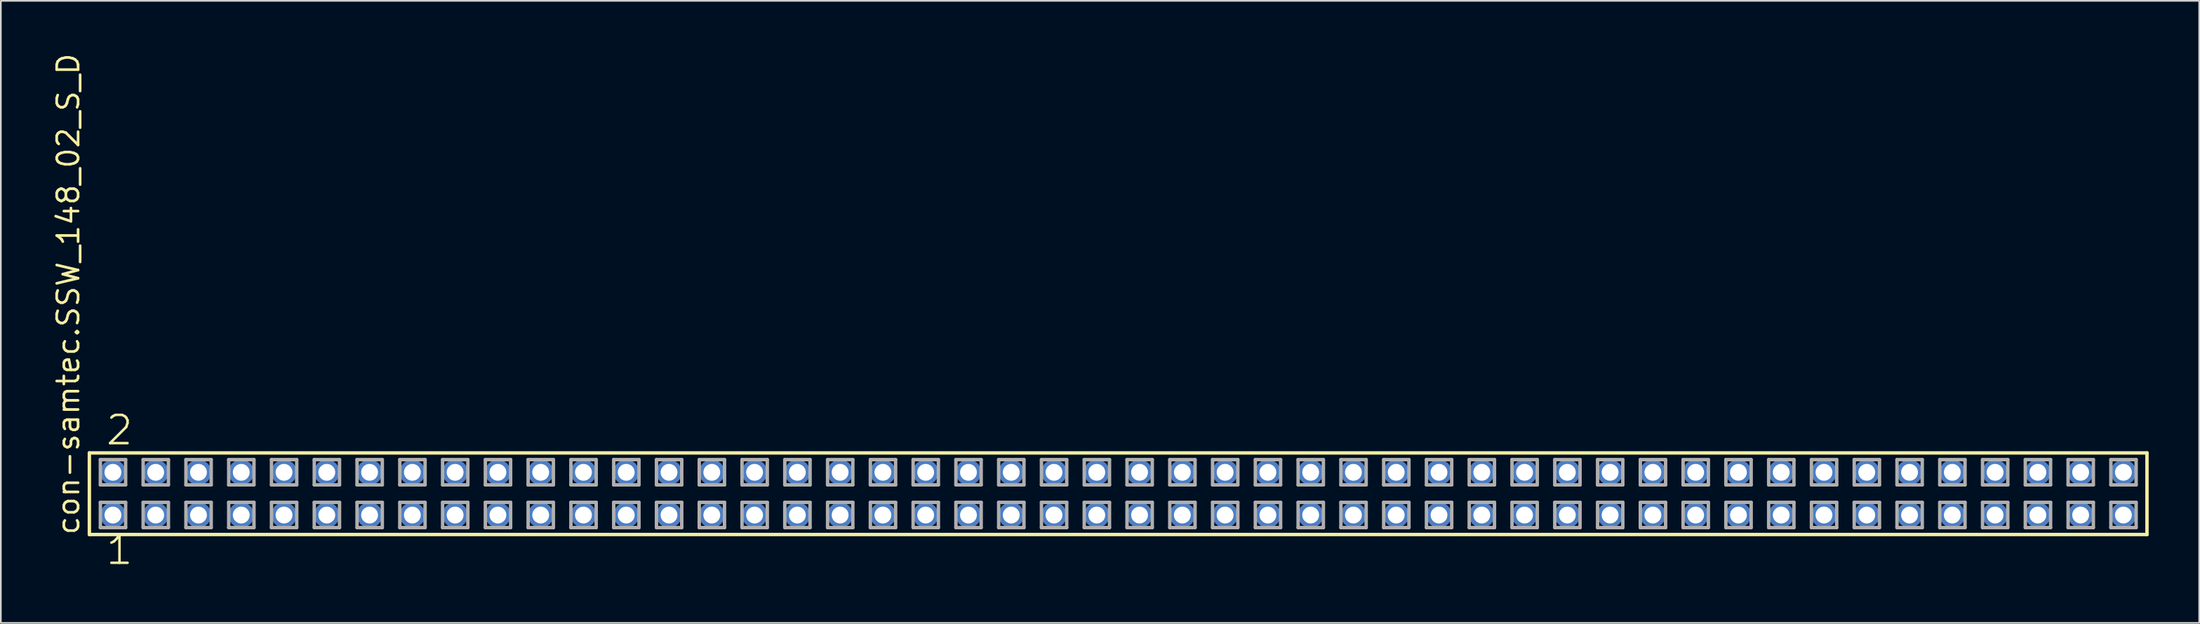
<source format=kicad_pcb>
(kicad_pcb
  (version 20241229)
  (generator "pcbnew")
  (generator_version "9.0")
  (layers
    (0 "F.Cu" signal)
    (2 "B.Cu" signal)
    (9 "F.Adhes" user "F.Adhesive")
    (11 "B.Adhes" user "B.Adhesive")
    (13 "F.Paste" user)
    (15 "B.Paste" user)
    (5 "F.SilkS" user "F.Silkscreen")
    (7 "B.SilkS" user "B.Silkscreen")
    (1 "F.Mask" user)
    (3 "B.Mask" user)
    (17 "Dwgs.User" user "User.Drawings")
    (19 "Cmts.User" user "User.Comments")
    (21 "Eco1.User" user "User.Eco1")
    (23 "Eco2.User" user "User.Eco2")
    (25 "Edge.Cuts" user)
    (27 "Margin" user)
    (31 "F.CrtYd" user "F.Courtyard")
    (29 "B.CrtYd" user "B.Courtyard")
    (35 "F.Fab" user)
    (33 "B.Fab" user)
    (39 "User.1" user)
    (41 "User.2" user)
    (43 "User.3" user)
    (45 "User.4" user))
  (footprint "con-samtec.SSW_148_02_S_D"
    (layer "F.Cu")
    (at 63.345 26.291)
    (property "Reference" "con-samtec.SSW_148_02_S_D" (at -61.595 2.54 90) (layer "F.SilkS") (effects (font (size 1.27 1.27) (thickness 0.16)) (justify left bottom)))
    (attr through_hole)
    (fp_line (start -61.089 -2.425) (end 61.089 -2.425) (stroke (width 0.203) (type default)) (layer "F.SilkS"))
    (fp_line (start -61.089 2.425) (end -61.089 -2.425) (stroke (width 0.203) (type default)) (layer "F.SilkS"))
    (fp_line (start 61.089 -2.425) (end 61.089 2.425) (stroke (width 0.203) (type default)) (layer "F.SilkS"))
    (fp_line (start 61.089 2.425) (end -61.089 2.425) (stroke (width 0.203) (type default)) (layer "F.SilkS"))
    (fp_line (start -60.435 -2.025) (end -58.935 -2.025) (stroke (width 0.203) (type default)) (layer "F.Fab"))
    (fp_line (start -60.435 -0.525) (end -60.435 -2.025) (stroke (width 0.203) (type default)) (layer "F.Fab"))
    (fp_line (start -60.435 0.515) (end -58.935 0.515) (stroke (width 0.203) (type default)) (layer "F.Fab"))
    (fp_line (start -60.435 2.015) (end -60.435 0.515) (stroke (width 0.203) (type default)) (layer "F.Fab"))
    (fp_line (start -58.935 -2.025) (end -58.935 -0.525) (stroke (width 0.203) (type default)) (layer "F.Fab"))
    (fp_line (start -58.935 -0.525) (end -60.435 -0.525) (stroke (width 0.203) (type default)) (layer "F.Fab"))
    (fp_line (start -58.935 0.515) (end -58.935 2.015) (stroke (width 0.203) (type default)) (layer "F.Fab"))
    (fp_line (start -58.935 2.015) (end -60.435 2.015) (stroke (width 0.203) (type default)) (layer "F.Fab"))
    (fp_line (start -57.895 -2.025) (end -56.395 -2.025) (stroke (width 0.203) (type default)) (layer "F.Fab"))
    (fp_line (start -57.895 -0.525) (end -57.895 -2.025) (stroke (width 0.203) (type default)) (layer "F.Fab"))
    (fp_line (start -57.895 0.515) (end -56.395 0.515) (stroke (width 0.203) (type default)) (layer "F.Fab"))
    (fp_line (start -57.895 2.015) (end -57.895 0.515) (stroke (width 0.203) (type default)) (layer "F.Fab"))
    (fp_line (start -56.395 -2.025) (end -56.395 -0.525) (stroke (width 0.203) (type default)) (layer "F.Fab"))
    (fp_line (start -56.395 -0.525) (end -57.895 -0.525) (stroke (width 0.203) (type default)) (layer "F.Fab"))
    (fp_line (start -56.395 0.515) (end -56.395 2.015) (stroke (width 0.203) (type default)) (layer "F.Fab"))
    (fp_line (start -56.395 2.015) (end -57.895 2.015) (stroke (width 0.203) (type default)) (layer "F.Fab"))
    (fp_line (start -55.355 -2.025) (end -53.855 -2.025) (stroke (width 0.203) (type default)) (layer "F.Fab"))
    (fp_line (start -55.355 -0.525) (end -55.355 -2.025) (stroke (width 0.203) (type default)) (layer "F.Fab"))
    (fp_line (start -55.355 0.515) (end -53.855 0.515) (stroke (width 0.203) (type default)) (layer "F.Fab"))
    (fp_line (start -55.355 2.015) (end -55.355 0.515) (stroke (width 0.203) (type default)) (layer "F.Fab"))
    (fp_line (start -53.855 -2.025) (end -53.855 -0.525) (stroke (width 0.203) (type default)) (layer "F.Fab"))
    (fp_line (start -53.855 -0.525) (end -55.355 -0.525) (stroke (width 0.203) (type default)) (layer "F.Fab"))
    (fp_line (start -53.855 0.515) (end -53.855 2.015) (stroke (width 0.203) (type default)) (layer "F.Fab"))
    (fp_line (start -53.855 2.015) (end -55.355 2.015) (stroke (width 0.203) (type default)) (layer "F.Fab"))
    (fp_line (start -52.815 -2.025) (end -51.315 -2.025) (stroke (width 0.203) (type default)) (layer "F.Fab"))
    (fp_line (start -52.815 -0.525) (end -52.815 -2.025) (stroke (width 0.203) (type default)) (layer "F.Fab"))
    (fp_line (start -52.815 0.515) (end -51.315 0.515) (stroke (width 0.203) (type default)) (layer "F.Fab"))
    (fp_line (start -52.815 2.015) (end -52.815 0.515) (stroke (width 0.203) (type default)) (layer "F.Fab"))
    (fp_line (start -51.315 -2.025) (end -51.315 -0.525) (stroke (width 0.203) (type default)) (layer "F.Fab"))
    (fp_line (start -51.315 -0.525) (end -52.815 -0.525) (stroke (width 0.203) (type default)) (layer "F.Fab"))
    (fp_line (start -51.315 0.515) (end -51.315 2.015) (stroke (width 0.203) (type default)) (layer "F.Fab"))
    (fp_line (start -51.315 2.015) (end -52.815 2.015) (stroke (width 0.203) (type default)) (layer "F.Fab"))
    (fp_line (start -50.275 -2.025) (end -48.775 -2.025) (stroke (width 0.203) (type default)) (layer "F.Fab"))
    (fp_line (start -50.275 -0.525) (end -50.275 -2.025) (stroke (width 0.203) (type default)) (layer "F.Fab"))
    (fp_line (start -50.275 0.515) (end -48.775 0.515) (stroke (width 0.203) (type default)) (layer "F.Fab"))
    (fp_line (start -50.275 2.015) (end -50.275 0.515) (stroke (width 0.203) (type default)) (layer "F.Fab"))
    (fp_line (start -48.775 -2.025) (end -48.775 -0.525) (stroke (width 0.203) (type default)) (layer "F.Fab"))
    (fp_line (start -48.775 -0.525) (end -50.275 -0.525) (stroke (width 0.203) (type default)) (layer "F.Fab"))
    (fp_line (start -48.775 0.515) (end -48.775 2.015) (stroke (width 0.203) (type default)) (layer "F.Fab"))
    (fp_line (start -48.775 2.015) (end -50.275 2.015) (stroke (width 0.203) (type default)) (layer "F.Fab"))
    (fp_line (start -47.735 -2.025) (end -46.235 -2.025) (stroke (width 0.203) (type default)) (layer "F.Fab"))
    (fp_line (start -47.735 -0.525) (end -47.735 -2.025) (stroke (width 0.203) (type default)) (layer "F.Fab"))
    (fp_line (start -47.735 0.515) (end -46.235 0.515) (stroke (width 0.203) (type default)) (layer "F.Fab"))
    (fp_line (start -47.735 2.015) (end -47.735 0.515) (stroke (width 0.203) (type default)) (layer "F.Fab"))
    (fp_line (start -46.235 -2.025) (end -46.235 -0.525) (stroke (width 0.203) (type default)) (layer "F.Fab"))
    (fp_line (start -46.235 -0.525) (end -47.735 -0.525) (stroke (width 0.203) (type default)) (layer "F.Fab"))
    (fp_line (start -46.235 0.515) (end -46.235 2.015) (stroke (width 0.203) (type default)) (layer "F.Fab"))
    (fp_line (start -46.235 2.015) (end -47.735 2.015) (stroke (width 0.203) (type default)) (layer "F.Fab"))
    (fp_line (start -45.195 -2.025) (end -43.695 -2.025) (stroke (width 0.203) (type default)) (layer "F.Fab"))
    (fp_line (start -45.195 -0.525) (end -45.195 -2.025) (stroke (width 0.203) (type default)) (layer "F.Fab"))
    (fp_line (start -45.195 0.515) (end -43.695 0.515) (stroke (width 0.203) (type default)) (layer "F.Fab"))
    (fp_line (start -45.195 2.015) (end -45.195 0.515) (stroke (width 0.203) (type default)) (layer "F.Fab"))
    (fp_line (start -43.695 -2.025) (end -43.695 -0.525) (stroke (width 0.203) (type default)) (layer "F.Fab"))
    (fp_line (start -43.695 -0.525) (end -45.195 -0.525) (stroke (width 0.203) (type default)) (layer "F.Fab"))
    (fp_line (start -43.695 0.515) (end -43.695 2.015) (stroke (width 0.203) (type default)) (layer "F.Fab"))
    (fp_line (start -43.695 2.015) (end -45.195 2.015) (stroke (width 0.203) (type default)) (layer "F.Fab"))
    (fp_line (start -42.655 -2.025) (end -41.155 -2.025) (stroke (width 0.203) (type default)) (layer "F.Fab"))
    (fp_line (start -42.655 -0.525) (end -42.655 -2.025) (stroke (width 0.203) (type default)) (layer "F.Fab"))
    (fp_line (start -42.655 0.515) (end -41.155 0.515) (stroke (width 0.203) (type default)) (layer "F.Fab"))
    (fp_line (start -42.655 2.015) (end -42.655 0.515) (stroke (width 0.203) (type default)) (layer "F.Fab"))
    (fp_line (start -41.155 -2.025) (end -41.155 -0.525) (stroke (width 0.203) (type default)) (layer "F.Fab"))
    (fp_line (start -41.155 -0.525) (end -42.655 -0.525) (stroke (width 0.203) (type default)) (layer "F.Fab"))
    (fp_line (start -41.155 0.515) (end -41.155 2.015) (stroke (width 0.203) (type default)) (layer "F.Fab"))
    (fp_line (start -41.155 2.015) (end -42.655 2.015) (stroke (width 0.203) (type default)) (layer "F.Fab"))
    (fp_line (start -40.115 -2.025) (end -38.615 -2.025) (stroke (width 0.203) (type default)) (layer "F.Fab"))
    (fp_line (start -40.115 -0.525) (end -40.115 -2.025) (stroke (width 0.203) (type default)) (layer "F.Fab"))
    (fp_line (start -40.115 0.515) (end -38.615 0.515) (stroke (width 0.203) (type default)) (layer "F.Fab"))
    (fp_line (start -40.115 2.015) (end -40.115 0.515) (stroke (width 0.203) (type default)) (layer "F.Fab"))
    (fp_line (start -38.615 -2.025) (end -38.615 -0.525) (stroke (width 0.203) (type default)) (layer "F.Fab"))
    (fp_line (start -38.615 -0.525) (end -40.115 -0.525) (stroke (width 0.203) (type default)) (layer "F.Fab"))
    (fp_line (start -38.615 0.515) (end -38.615 2.015) (stroke (width 0.203) (type default)) (layer "F.Fab"))
    (fp_line (start -38.615 2.015) (end -40.115 2.015) (stroke (width 0.203) (type default)) (layer "F.Fab"))
    (fp_line (start -37.575 -2.025) (end -36.075 -2.025) (stroke (width 0.203) (type default)) (layer "F.Fab"))
    (fp_line (start -37.575 -0.525) (end -37.575 -2.025) (stroke (width 0.203) (type default)) (layer "F.Fab"))
    (fp_line (start -37.575 0.515) (end -36.075 0.515) (stroke (width 0.203) (type default)) (layer "F.Fab"))
    (fp_line (start -37.575 2.015) (end -37.575 0.515) (stroke (width 0.203) (type default)) (layer "F.Fab"))
    (fp_line (start -36.075 -2.025) (end -36.075 -0.525) (stroke (width 0.203) (type default)) (layer "F.Fab"))
    (fp_line (start -36.075 -0.525) (end -37.575 -0.525) (stroke (width 0.203) (type default)) (layer "F.Fab"))
    (fp_line (start -36.075 0.515) (end -36.075 2.015) (stroke (width 0.203) (type default)) (layer "F.Fab"))
    (fp_line (start -36.075 2.015) (end -37.575 2.015) (stroke (width 0.203) (type default)) (layer "F.Fab"))
    (fp_line (start -35.035 -2.025) (end -33.535 -2.025) (stroke (width 0.203) (type default)) (layer "F.Fab"))
    (fp_line (start -35.035 -0.525) (end -35.035 -2.025) (stroke (width 0.203) (type default)) (layer "F.Fab"))
    (fp_line (start -35.035 0.515) (end -33.535 0.515) (stroke (width 0.203) (type default)) (layer "F.Fab"))
    (fp_line (start -35.035 2.015) (end -35.035 0.515) (stroke (width 0.203) (type default)) (layer "F.Fab"))
    (fp_line (start -33.535 -2.025) (end -33.535 -0.525) (stroke (width 0.203) (type default)) (layer "F.Fab"))
    (fp_line (start -33.535 -0.525) (end -35.035 -0.525) (stroke (width 0.203) (type default)) (layer "F.Fab"))
    (fp_line (start -33.535 0.515) (end -33.535 2.015) (stroke (width 0.203) (type default)) (layer "F.Fab"))
    (fp_line (start -33.535 2.015) (end -35.035 2.015) (stroke (width 0.203) (type default)) (layer "F.Fab"))
    (fp_line (start -32.495 -2.025) (end -30.995 -2.025) (stroke (width 0.203) (type default)) (layer "F.Fab"))
    (fp_line (start -32.495 -0.525) (end -32.495 -2.025) (stroke (width 0.203) (type default)) (layer "F.Fab"))
    (fp_line (start -32.495 0.515) (end -30.995 0.515) (stroke (width 0.203) (type default)) (layer "F.Fab"))
    (fp_line (start -32.495 2.015) (end -32.495 0.515) (stroke (width 0.203) (type default)) (layer "F.Fab"))
    (fp_line (start -30.995 -2.025) (end -30.995 -0.525) (stroke (width 0.203) (type default)) (layer "F.Fab"))
    (fp_line (start -30.995 -0.525) (end -32.495 -0.525) (stroke (width 0.203) (type default)) (layer "F.Fab"))
    (fp_line (start -30.995 0.515) (end -30.995 2.015) (stroke (width 0.203) (type default)) (layer "F.Fab"))
    (fp_line (start -30.995 2.015) (end -32.495 2.015) (stroke (width 0.203) (type default)) (layer "F.Fab"))
    (fp_line (start -29.955 -2.025) (end -28.455 -2.025) (stroke (width 0.203) (type default)) (layer "F.Fab"))
    (fp_line (start -29.955 -0.525) (end -29.955 -2.025) (stroke (width 0.203) (type default)) (layer "F.Fab"))
    (fp_line (start -29.955 0.515) (end -28.455 0.515) (stroke (width 0.203) (type default)) (layer "F.Fab"))
    (fp_line (start -29.955 2.015) (end -29.955 0.515) (stroke (width 0.203) (type default)) (layer "F.Fab"))
    (fp_line (start -28.455 -2.025) (end -28.455 -0.525) (stroke (width 0.203) (type default)) (layer "F.Fab"))
    (fp_line (start -28.455 -0.525) (end -29.955 -0.525) (stroke (width 0.203) (type default)) (layer "F.Fab"))
    (fp_line (start -28.455 0.515) (end -28.455 2.015) (stroke (width 0.203) (type default)) (layer "F.Fab"))
    (fp_line (start -28.455 2.015) (end -29.955 2.015) (stroke (width 0.203) (type default)) (layer "F.Fab"))
    (fp_line (start -27.415 -2.025) (end -25.915 -2.025) (stroke (width 0.203) (type default)) (layer "F.Fab"))
    (fp_line (start -27.415 -0.525) (end -27.415 -2.025) (stroke (width 0.203) (type default)) (layer "F.Fab"))
    (fp_line (start -27.415 0.515) (end -25.915 0.515) (stroke (width 0.203) (type default)) (layer "F.Fab"))
    (fp_line (start -27.415 2.015) (end -27.415 0.515) (stroke (width 0.203) (type default)) (layer "F.Fab"))
    (fp_line (start -25.915 -2.025) (end -25.915 -0.525) (stroke (width 0.203) (type default)) (layer "F.Fab"))
    (fp_line (start -25.915 -0.525) (end -27.415 -0.525) (stroke (width 0.203) (type default)) (layer "F.Fab"))
    (fp_line (start -25.915 0.515) (end -25.915 2.015) (stroke (width 0.203) (type default)) (layer "F.Fab"))
    (fp_line (start -25.915 2.015) (end -27.415 2.015) (stroke (width 0.203) (type default)) (layer "F.Fab"))
    (fp_line (start -24.875 -2.025) (end -23.375 -2.025) (stroke (width 0.203) (type default)) (layer "F.Fab"))
    (fp_line (start -24.875 -0.525) (end -24.875 -2.025) (stroke (width 0.203) (type default)) (layer "F.Fab"))
    (fp_line (start -24.875 0.515) (end -23.375 0.515) (stroke (width 0.203) (type default)) (layer "F.Fab"))
    (fp_line (start -24.875 2.015) (end -24.875 0.515) (stroke (width 0.203) (type default)) (layer "F.Fab"))
    (fp_line (start -23.375 -2.025) (end -23.375 -0.525) (stroke (width 0.203) (type default)) (layer "F.Fab"))
    (fp_line (start -23.375 -0.525) (end -24.875 -0.525) (stroke (width 0.203) (type default)) (layer "F.Fab"))
    (fp_line (start -23.375 0.515) (end -23.375 2.015) (stroke (width 0.203) (type default)) (layer "F.Fab"))
    (fp_line (start -23.375 2.015) (end -24.875 2.015) (stroke (width 0.203) (type default)) (layer "F.Fab"))
    (fp_line (start -22.335 -2.025) (end -20.835 -2.025) (stroke (width 0.203) (type default)) (layer "F.Fab"))
    (fp_line (start -22.335 -0.525) (end -22.335 -2.025) (stroke (width 0.203) (type default)) (layer "F.Fab"))
    (fp_line (start -22.335 0.515) (end -20.835 0.515) (stroke (width 0.203) (type default)) (layer "F.Fab"))
    (fp_line (start -22.335 2.015) (end -22.335 0.515) (stroke (width 0.203) (type default)) (layer "F.Fab"))
    (fp_line (start -20.835 -2.025) (end -20.835 -0.525) (stroke (width 0.203) (type default)) (layer "F.Fab"))
    (fp_line (start -20.835 -0.525) (end -22.335 -0.525) (stroke (width 0.203) (type default)) (layer "F.Fab"))
    (fp_line (start -20.835 0.515) (end -20.835 2.015) (stroke (width 0.203) (type default)) (layer "F.Fab"))
    (fp_line (start -20.835 2.015) (end -22.335 2.015) (stroke (width 0.203) (type default)) (layer "F.Fab"))
    (fp_line (start -19.795 -2.025) (end -18.295 -2.025) (stroke (width 0.203) (type default)) (layer "F.Fab"))
    (fp_line (start -19.795 -0.525) (end -19.795 -2.025) (stroke (width 0.203) (type default)) (layer "F.Fab"))
    (fp_line (start -19.795 0.515) (end -18.295 0.515) (stroke (width 0.203) (type default)) (layer "F.Fab"))
    (fp_line (start -19.795 2.015) (end -19.795 0.515) (stroke (width 0.203) (type default)) (layer "F.Fab"))
    (fp_line (start -18.295 -2.025) (end -18.295 -0.525) (stroke (width 0.203) (type default)) (layer "F.Fab"))
    (fp_line (start -18.295 -0.525) (end -19.795 -0.525) (stroke (width 0.203) (type default)) (layer "F.Fab"))
    (fp_line (start -18.295 0.515) (end -18.295 2.015) (stroke (width 0.203) (type default)) (layer "F.Fab"))
    (fp_line (start -18.295 2.015) (end -19.795 2.015) (stroke (width 0.203) (type default)) (layer "F.Fab"))
    (fp_line (start -17.255 -2.025) (end -15.755 -2.025) (stroke (width 0.203) (type default)) (layer "F.Fab"))
    (fp_line (start -17.255 -0.525) (end -17.255 -2.025) (stroke (width 0.203) (type default)) (layer "F.Fab"))
    (fp_line (start -17.255 0.515) (end -15.755 0.515) (stroke (width 0.203) (type default)) (layer "F.Fab"))
    (fp_line (start -17.255 2.015) (end -17.255 0.515) (stroke (width 0.203) (type default)) (layer "F.Fab"))
    (fp_line (start -15.755 -2.025) (end -15.755 -0.525) (stroke (width 0.203) (type default)) (layer "F.Fab"))
    (fp_line (start -15.755 -0.525) (end -17.255 -0.525) (stroke (width 0.203) (type default)) (layer "F.Fab"))
    (fp_line (start -15.755 0.515) (end -15.755 2.015) (stroke (width 0.203) (type default)) (layer "F.Fab"))
    (fp_line (start -15.755 2.015) (end -17.255 2.015) (stroke (width 0.203) (type default)) (layer "F.Fab"))
    (fp_line (start -14.715 -2.025) (end -13.215 -2.025) (stroke (width 0.203) (type default)) (layer "F.Fab"))
    (fp_line (start -14.715 -0.525) (end -14.715 -2.025) (stroke (width 0.203) (type default)) (layer "F.Fab"))
    (fp_line (start -14.715 0.515) (end -13.215 0.515) (stroke (width 0.203) (type default)) (layer "F.Fab"))
    (fp_line (start -14.715 2.015) (end -14.715 0.515) (stroke (width 0.203) (type default)) (layer "F.Fab"))
    (fp_line (start -13.215 -2.025) (end -13.215 -0.525) (stroke (width 0.203) (type default)) (layer "F.Fab"))
    (fp_line (start -13.215 -0.525) (end -14.715 -0.525) (stroke (width 0.203) (type default)) (layer "F.Fab"))
    (fp_line (start -13.215 0.515) (end -13.215 2.015) (stroke (width 0.203) (type default)) (layer "F.Fab"))
    (fp_line (start -13.215 2.015) (end -14.715 2.015) (stroke (width 0.203) (type default)) (layer "F.Fab"))
    (fp_line (start -12.175 -2.025) (end -10.675 -2.025) (stroke (width 0.203) (type default)) (layer "F.Fab"))
    (fp_line (start -12.175 -0.525) (end -12.175 -2.025) (stroke (width 0.203) (type default)) (layer "F.Fab"))
    (fp_line (start -12.175 0.515) (end -10.675 0.515) (stroke (width 0.203) (type default)) (layer "F.Fab"))
    (fp_line (start -12.175 2.015) (end -12.175 0.515) (stroke (width 0.203) (type default)) (layer "F.Fab"))
    (fp_line (start -10.675 -2.025) (end -10.675 -0.525) (stroke (width 0.203) (type default)) (layer "F.Fab"))
    (fp_line (start -10.675 -0.525) (end -12.175 -0.525) (stroke (width 0.203) (type default)) (layer "F.Fab"))
    (fp_line (start -10.675 0.515) (end -10.675 2.015) (stroke (width 0.203) (type default)) (layer "F.Fab"))
    (fp_line (start -10.675 2.015) (end -12.175 2.015) (stroke (width 0.203) (type default)) (layer "F.Fab"))
    (fp_line (start -9.635 -2.025) (end -8.135 -2.025) (stroke (width 0.203) (type default)) (layer "F.Fab"))
    (fp_line (start -9.635 -0.525) (end -9.635 -2.025) (stroke (width 0.203) (type default)) (layer "F.Fab"))
    (fp_line (start -9.635 0.515) (end -8.135 0.515) (stroke (width 0.203) (type default)) (layer "F.Fab"))
    (fp_line (start -9.635 2.015) (end -9.635 0.515) (stroke (width 0.203) (type default)) (layer "F.Fab"))
    (fp_line (start -8.135 -2.025) (end -8.135 -0.525) (stroke (width 0.203) (type default)) (layer "F.Fab"))
    (fp_line (start -8.135 -0.525) (end -9.635 -0.525) (stroke (width 0.203) (type default)) (layer "F.Fab"))
    (fp_line (start -8.135 0.515) (end -8.135 2.015) (stroke (width 0.203) (type default)) (layer "F.Fab"))
    (fp_line (start -8.135 2.015) (end -9.635 2.015) (stroke (width 0.203) (type default)) (layer "F.Fab"))
    (fp_line (start -7.095 -2.025) (end -5.595 -2.025) (stroke (width 0.203) (type default)) (layer "F.Fab"))
    (fp_line (start -7.095 -0.525) (end -7.095 -2.025) (stroke (width 0.203) (type default)) (layer "F.Fab"))
    (fp_line (start -7.095 0.515) (end -5.595 0.515) (stroke (width 0.203) (type default)) (layer "F.Fab"))
    (fp_line (start -7.095 2.015) (end -7.095 0.515) (stroke (width 0.203) (type default)) (layer "F.Fab"))
    (fp_line (start -5.595 -2.025) (end -5.595 -0.525) (stroke (width 0.203) (type default)) (layer "F.Fab"))
    (fp_line (start -5.595 -0.525) (end -7.095 -0.525) (stroke (width 0.203) (type default)) (layer "F.Fab"))
    (fp_line (start -5.595 0.515) (end -5.595 2.015) (stroke (width 0.203) (type default)) (layer "F.Fab"))
    (fp_line (start -5.595 2.015) (end -7.095 2.015) (stroke (width 0.203) (type default)) (layer "F.Fab"))
    (fp_line (start -4.555 -2.025) (end -3.055 -2.025) (stroke (width 0.203) (type default)) (layer "F.Fab"))
    (fp_line (start -4.555 -0.525) (end -4.555 -2.025) (stroke (width 0.203) (type default)) (layer "F.Fab"))
    (fp_line (start -4.555 0.515) (end -3.055 0.515) (stroke (width 0.203) (type default)) (layer "F.Fab"))
    (fp_line (start -4.555 2.015) (end -4.555 0.515) (stroke (width 0.203) (type default)) (layer "F.Fab"))
    (fp_line (start -3.055 -2.025) (end -3.055 -0.525) (stroke (width 0.203) (type default)) (layer "F.Fab"))
    (fp_line (start -3.055 -0.525) (end -4.555 -0.525) (stroke (width 0.203) (type default)) (layer "F.Fab"))
    (fp_line (start -3.055 0.515) (end -3.055 2.015) (stroke (width 0.203) (type default)) (layer "F.Fab"))
    (fp_line (start -3.055 2.015) (end -4.555 2.015) (stroke (width 0.203) (type default)) (layer "F.Fab"))
    (fp_line (start -2.015 -2.025) (end -0.515 -2.025) (stroke (width 0.203) (type default)) (layer "F.Fab"))
    (fp_line (start -2.015 -0.525) (end -2.015 -2.025) (stroke (width 0.203) (type default)) (layer "F.Fab"))
    (fp_line (start -2.015 0.515) (end -0.515 0.515) (stroke (width 0.203) (type default)) (layer "F.Fab"))
    (fp_line (start -2.015 2.015) (end -2.015 0.515) (stroke (width 0.203) (type default)) (layer "F.Fab"))
    (fp_line (start -0.515 -2.025) (end -0.515 -0.525) (stroke (width 0.203) (type default)) (layer "F.Fab"))
    (fp_line (start -0.515 -0.525) (end -2.015 -0.525) (stroke (width 0.203) (type default)) (layer "F.Fab"))
    (fp_line (start -0.515 0.515) (end -0.515 2.015) (stroke (width 0.203) (type default)) (layer "F.Fab"))
    (fp_line (start -0.515 2.015) (end -2.015 2.015) (stroke (width 0.203) (type default)) (layer "F.Fab"))
    (fp_line (start 0.525 -2.025) (end 2.025 -2.025) (stroke (width 0.203) (type default)) (layer "F.Fab"))
    (fp_line (start 0.525 -0.525) (end 0.525 -2.025) (stroke (width 0.203) (type default)) (layer "F.Fab"))
    (fp_line (start 0.525 0.515) (end 2.025 0.515) (stroke (width 0.203) (type default)) (layer "F.Fab"))
    (fp_line (start 0.525 2.015) (end 0.525 0.515) (stroke (width 0.203) (type default)) (layer "F.Fab"))
    (fp_line (start 2.025 -2.025) (end 2.025 -0.525) (stroke (width 0.203) (type default)) (layer "F.Fab"))
    (fp_line (start 2.025 -0.525) (end 0.525 -0.525) (stroke (width 0.203) (type default)) (layer "F.Fab"))
    (fp_line (start 2.025 0.515) (end 2.025 2.015) (stroke (width 0.203) (type default)) (layer "F.Fab"))
    (fp_line (start 2.025 2.015) (end 0.525 2.015) (stroke (width 0.203) (type default)) (layer "F.Fab"))
    (fp_line (start 3.065 -2.025) (end 4.565 -2.025) (stroke (width 0.203) (type default)) (layer "F.Fab"))
    (fp_line (start 3.065 -0.525) (end 3.065 -2.025) (stroke (width 0.203) (type default)) (layer "F.Fab"))
    (fp_line (start 3.065 0.515) (end 4.565 0.515) (stroke (width 0.203) (type default)) (layer "F.Fab"))
    (fp_line (start 3.065 2.015) (end 3.065 0.515) (stroke (width 0.203) (type default)) (layer "F.Fab"))
    (fp_line (start 4.565 -2.025) (end 4.565 -0.525) (stroke (width 0.203) (type default)) (layer "F.Fab"))
    (fp_line (start 4.565 -0.525) (end 3.065 -0.525) (stroke (width 0.203) (type default)) (layer "F.Fab"))
    (fp_line (start 4.565 0.515) (end 4.565 2.015) (stroke (width 0.203) (type default)) (layer "F.Fab"))
    (fp_line (start 4.565 2.015) (end 3.065 2.015) (stroke (width 0.203) (type default)) (layer "F.Fab"))
    (fp_line (start 5.605 -2.025) (end 7.105 -2.025) (stroke (width 0.203) (type default)) (layer "F.Fab"))
    (fp_line (start 5.605 -0.525) (end 5.605 -2.025) (stroke (width 0.203) (type default)) (layer "F.Fab"))
    (fp_line (start 5.605 0.515) (end 7.105 0.515) (stroke (width 0.203) (type default)) (layer "F.Fab"))
    (fp_line (start 5.605 2.015) (end 5.605 0.515) (stroke (width 0.203) (type default)) (layer "F.Fab"))
    (fp_line (start 7.105 -2.025) (end 7.105 -0.525) (stroke (width 0.203) (type default)) (layer "F.Fab"))
    (fp_line (start 7.105 -0.525) (end 5.605 -0.525) (stroke (width 0.203) (type default)) (layer "F.Fab"))
    (fp_line (start 7.105 0.515) (end 7.105 2.015) (stroke (width 0.203) (type default)) (layer "F.Fab"))
    (fp_line (start 7.105 2.015) (end 5.605 2.015) (stroke (width 0.203) (type default)) (layer "F.Fab"))
    (fp_line (start 8.145 -2.025) (end 9.645 -2.025) (stroke (width 0.203) (type default)) (layer "F.Fab"))
    (fp_line (start 8.145 -0.525) (end 8.145 -2.025) (stroke (width 0.203) (type default)) (layer "F.Fab"))
    (fp_line (start 8.145 0.515) (end 9.645 0.515) (stroke (width 0.203) (type default)) (layer "F.Fab"))
    (fp_line (start 8.145 2.015) (end 8.145 0.515) (stroke (width 0.203) (type default)) (layer "F.Fab"))
    (fp_line (start 9.645 -2.025) (end 9.645 -0.525) (stroke (width 0.203) (type default)) (layer "F.Fab"))
    (fp_line (start 9.645 -0.525) (end 8.145 -0.525) (stroke (width 0.203) (type default)) (layer "F.Fab"))
    (fp_line (start 9.645 0.515) (end 9.645 2.015) (stroke (width 0.203) (type default)) (layer "F.Fab"))
    (fp_line (start 9.645 2.015) (end 8.145 2.015) (stroke (width 0.203) (type default)) (layer "F.Fab"))
    (fp_line (start 10.685 -2.025) (end 12.185 -2.025) (stroke (width 0.203) (type default)) (layer "F.Fab"))
    (fp_line (start 10.685 -0.525) (end 10.685 -2.025) (stroke (width 0.203) (type default)) (layer "F.Fab"))
    (fp_line (start 10.685 0.515) (end 12.185 0.515) (stroke (width 0.203) (type default)) (layer "F.Fab"))
    (fp_line (start 10.685 2.015) (end 10.685 0.515) (stroke (width 0.203) (type default)) (layer "F.Fab"))
    (fp_line (start 12.185 -2.025) (end 12.185 -0.525) (stroke (width 0.203) (type default)) (layer "F.Fab"))
    (fp_line (start 12.185 -0.525) (end 10.685 -0.525) (stroke (width 0.203) (type default)) (layer "F.Fab"))
    (fp_line (start 12.185 0.515) (end 12.185 2.015) (stroke (width 0.203) (type default)) (layer "F.Fab"))
    (fp_line (start 12.185 2.015) (end 10.685 2.015) (stroke (width 0.203) (type default)) (layer "F.Fab"))
    (fp_line (start 13.225 -2.025) (end 14.725 -2.025) (stroke (width 0.203) (type default)) (layer "F.Fab"))
    (fp_line (start 13.225 -0.525) (end 13.225 -2.025) (stroke (width 0.203) (type default)) (layer "F.Fab"))
    (fp_line (start 13.225 0.515) (end 14.725 0.515) (stroke (width 0.203) (type default)) (layer "F.Fab"))
    (fp_line (start 13.225 2.015) (end 13.225 0.515) (stroke (width 0.203) (type default)) (layer "F.Fab"))
    (fp_line (start 14.725 -2.025) (end 14.725 -0.525) (stroke (width 0.203) (type default)) (layer "F.Fab"))
    (fp_line (start 14.725 -0.525) (end 13.225 -0.525) (stroke (width 0.203) (type default)) (layer "F.Fab"))
    (fp_line (start 14.725 0.515) (end 14.725 2.015) (stroke (width 0.203) (type default)) (layer "F.Fab"))
    (fp_line (start 14.725 2.015) (end 13.225 2.015) (stroke (width 0.203) (type default)) (layer "F.Fab"))
    (fp_line (start 15.765 -2.025) (end 17.265 -2.025) (stroke (width 0.203) (type default)) (layer "F.Fab"))
    (fp_line (start 15.765 -0.525) (end 15.765 -2.025) (stroke (width 0.203) (type default)) (layer "F.Fab"))
    (fp_line (start 15.765 0.515) (end 17.265 0.515) (stroke (width 0.203) (type default)) (layer "F.Fab"))
    (fp_line (start 15.765 2.015) (end 15.765 0.515) (stroke (width 0.203) (type default)) (layer "F.Fab"))
    (fp_line (start 17.265 -2.025) (end 17.265 -0.525) (stroke (width 0.203) (type default)) (layer "F.Fab"))
    (fp_line (start 17.265 -0.525) (end 15.765 -0.525) (stroke (width 0.203) (type default)) (layer "F.Fab"))
    (fp_line (start 17.265 0.515) (end 17.265 2.015) (stroke (width 0.203) (type default)) (layer "F.Fab"))
    (fp_line (start 17.265 2.015) (end 15.765 2.015) (stroke (width 0.203) (type default)) (layer "F.Fab"))
    (fp_line (start 18.305 -2.025) (end 19.805 -2.025) (stroke (width 0.203) (type default)) (layer "F.Fab"))
    (fp_line (start 18.305 -0.525) (end 18.305 -2.025) (stroke (width 0.203) (type default)) (layer "F.Fab"))
    (fp_line (start 18.305 0.515) (end 19.805 0.515) (stroke (width 0.203) (type default)) (layer "F.Fab"))
    (fp_line (start 18.305 2.015) (end 18.305 0.515) (stroke (width 0.203) (type default)) (layer "F.Fab"))
    (fp_line (start 19.805 -2.025) (end 19.805 -0.525) (stroke (width 0.203) (type default)) (layer "F.Fab"))
    (fp_line (start 19.805 -0.525) (end 18.305 -0.525) (stroke (width 0.203) (type default)) (layer "F.Fab"))
    (fp_line (start 19.805 0.515) (end 19.805 2.015) (stroke (width 0.203) (type default)) (layer "F.Fab"))
    (fp_line (start 19.805 2.015) (end 18.305 2.015) (stroke (width 0.203) (type default)) (layer "F.Fab"))
    (fp_line (start 20.845 -2.025) (end 22.345 -2.025) (stroke (width 0.203) (type default)) (layer "F.Fab"))
    (fp_line (start 20.845 -0.525) (end 20.845 -2.025) (stroke (width 0.203) (type default)) (layer "F.Fab"))
    (fp_line (start 20.845 0.515) (end 22.345 0.515) (stroke (width 0.203) (type default)) (layer "F.Fab"))
    (fp_line (start 20.845 2.015) (end 20.845 0.515) (stroke (width 0.203) (type default)) (layer "F.Fab"))
    (fp_line (start 22.345 -2.025) (end 22.345 -0.525) (stroke (width 0.203) (type default)) (layer "F.Fab"))
    (fp_line (start 22.345 -0.525) (end 20.845 -0.525) (stroke (width 0.203) (type default)) (layer "F.Fab"))
    (fp_line (start 22.345 0.515) (end 22.345 2.015) (stroke (width 0.203) (type default)) (layer "F.Fab"))
    (fp_line (start 22.345 2.015) (end 20.845 2.015) (stroke (width 0.203) (type default)) (layer "F.Fab"))
    (fp_line (start 23.385 -2.025) (end 24.885 -2.025) (stroke (width 0.203) (type default)) (layer "F.Fab"))
    (fp_line (start 23.385 -0.525) (end 23.385 -2.025) (stroke (width 0.203) (type default)) (layer "F.Fab"))
    (fp_line (start 23.385 0.515) (end 24.885 0.515) (stroke (width 0.203) (type default)) (layer "F.Fab"))
    (fp_line (start 23.385 2.015) (end 23.385 0.515) (stroke (width 0.203) (type default)) (layer "F.Fab"))
    (fp_line (start 24.885 -2.025) (end 24.885 -0.525) (stroke (width 0.203) (type default)) (layer "F.Fab"))
    (fp_line (start 24.885 -0.525) (end 23.385 -0.525) (stroke (width 0.203) (type default)) (layer "F.Fab"))
    (fp_line (start 24.885 0.515) (end 24.885 2.015) (stroke (width 0.203) (type default)) (layer "F.Fab"))
    (fp_line (start 24.885 2.015) (end 23.385 2.015) (stroke (width 0.203) (type default)) (layer "F.Fab"))
    (fp_line (start 25.925 -2.025) (end 27.425 -2.025) (stroke (width 0.203) (type default)) (layer "F.Fab"))
    (fp_line (start 25.925 -0.525) (end 25.925 -2.025) (stroke (width 0.203) (type default)) (layer "F.Fab"))
    (fp_line (start 25.925 0.515) (end 27.425 0.515) (stroke (width 0.203) (type default)) (layer "F.Fab"))
    (fp_line (start 25.925 2.015) (end 25.925 0.515) (stroke (width 0.203) (type default)) (layer "F.Fab"))
    (fp_line (start 27.425 -2.025) (end 27.425 -0.525) (stroke (width 0.203) (type default)) (layer "F.Fab"))
    (fp_line (start 27.425 -0.525) (end 25.925 -0.525) (stroke (width 0.203) (type default)) (layer "F.Fab"))
    (fp_line (start 27.425 0.515) (end 27.425 2.015) (stroke (width 0.203) (type default)) (layer "F.Fab"))
    (fp_line (start 27.425 2.015) (end 25.925 2.015) (stroke (width 0.203) (type default)) (layer "F.Fab"))
    (fp_line (start 28.465 -2.025) (end 29.965 -2.025) (stroke (width 0.203) (type default)) (layer "F.Fab"))
    (fp_line (start 28.465 -0.525) (end 28.465 -2.025) (stroke (width 0.203) (type default)) (layer "F.Fab"))
    (fp_line (start 28.465 0.515) (end 29.965 0.515) (stroke (width 0.203) (type default)) (layer "F.Fab"))
    (fp_line (start 28.465 2.015) (end 28.465 0.515) (stroke (width 0.203) (type default)) (layer "F.Fab"))
    (fp_line (start 29.965 -2.025) (end 29.965 -0.525) (stroke (width 0.203) (type default)) (layer "F.Fab"))
    (fp_line (start 29.965 -0.525) (end 28.465 -0.525) (stroke (width 0.203) (type default)) (layer "F.Fab"))
    (fp_line (start 29.965 0.515) (end 29.965 2.015) (stroke (width 0.203) (type default)) (layer "F.Fab"))
    (fp_line (start 29.965 2.015) (end 28.465 2.015) (stroke (width 0.203) (type default)) (layer "F.Fab"))
    (fp_line (start 31.005 -2.025) (end 32.505 -2.025) (stroke (width 0.203) (type default)) (layer "F.Fab"))
    (fp_line (start 31.005 -0.525) (end 31.005 -2.025) (stroke (width 0.203) (type default)) (layer "F.Fab"))
    (fp_line (start 31.005 0.515) (end 32.505 0.515) (stroke (width 0.203) (type default)) (layer "F.Fab"))
    (fp_line (start 31.005 2.015) (end 31.005 0.515) (stroke (width 0.203) (type default)) (layer "F.Fab"))
    (fp_line (start 32.505 -2.025) (end 32.505 -0.525) (stroke (width 0.203) (type default)) (layer "F.Fab"))
    (fp_line (start 32.505 -0.525) (end 31.005 -0.525) (stroke (width 0.203) (type default)) (layer "F.Fab"))
    (fp_line (start 32.505 0.515) (end 32.505 2.015) (stroke (width 0.203) (type default)) (layer "F.Fab"))
    (fp_line (start 32.505 2.015) (end 31.005 2.015) (stroke (width 0.203) (type default)) (layer "F.Fab"))
    (fp_line (start 33.545 -2.025) (end 35.045 -2.025) (stroke (width 0.203) (type default)) (layer "F.Fab"))
    (fp_line (start 33.545 -0.525) (end 33.545 -2.025) (stroke (width 0.203) (type default)) (layer "F.Fab"))
    (fp_line (start 33.545 0.515) (end 35.045 0.515) (stroke (width 0.203) (type default)) (layer "F.Fab"))
    (fp_line (start 33.545 2.015) (end 33.545 0.515) (stroke (width 0.203) (type default)) (layer "F.Fab"))
    (fp_line (start 35.045 -2.025) (end 35.045 -0.525) (stroke (width 0.203) (type default)) (layer "F.Fab"))
    (fp_line (start 35.045 -0.525) (end 33.545 -0.525) (stroke (width 0.203) (type default)) (layer "F.Fab"))
    (fp_line (start 35.045 0.515) (end 35.045 2.015) (stroke (width 0.203) (type default)) (layer "F.Fab"))
    (fp_line (start 35.045 2.015) (end 33.545 2.015) (stroke (width 0.203) (type default)) (layer "F.Fab"))
    (fp_line (start 36.085 -2.025) (end 37.585 -2.025) (stroke (width 0.203) (type default)) (layer "F.Fab"))
    (fp_line (start 36.085 -0.525) (end 36.085 -2.025) (stroke (width 0.203) (type default)) (layer "F.Fab"))
    (fp_line (start 36.085 0.515) (end 37.585 0.515) (stroke (width 0.203) (type default)) (layer "F.Fab"))
    (fp_line (start 36.085 2.015) (end 36.085 0.515) (stroke (width 0.203) (type default)) (layer "F.Fab"))
    (fp_line (start 37.585 -2.025) (end 37.585 -0.525) (stroke (width 0.203) (type default)) (layer "F.Fab"))
    (fp_line (start 37.585 -0.525) (end 36.085 -0.525) (stroke (width 0.203) (type default)) (layer "F.Fab"))
    (fp_line (start 37.585 0.515) (end 37.585 2.015) (stroke (width 0.203) (type default)) (layer "F.Fab"))
    (fp_line (start 37.585 2.015) (end 36.085 2.015) (stroke (width 0.203) (type default)) (layer "F.Fab"))
    (fp_line (start 38.625 -2.025) (end 40.125 -2.025) (stroke (width 0.203) (type default)) (layer "F.Fab"))
    (fp_line (start 38.625 -0.525) (end 38.625 -2.025) (stroke (width 0.203) (type default)) (layer "F.Fab"))
    (fp_line (start 38.625 0.515) (end 40.125 0.515) (stroke (width 0.203) (type default)) (layer "F.Fab"))
    (fp_line (start 38.625 2.015) (end 38.625 0.515) (stroke (width 0.203) (type default)) (layer "F.Fab"))
    (fp_line (start 40.125 -2.025) (end 40.125 -0.525) (stroke (width 0.203) (type default)) (layer "F.Fab"))
    (fp_line (start 40.125 -0.525) (end 38.625 -0.525) (stroke (width 0.203) (type default)) (layer "F.Fab"))
    (fp_line (start 40.125 0.515) (end 40.125 2.015) (stroke (width 0.203) (type default)) (layer "F.Fab"))
    (fp_line (start 40.125 2.015) (end 38.625 2.015) (stroke (width 0.203) (type default)) (layer "F.Fab"))
    (fp_line (start 41.165 -2.025) (end 42.665 -2.025) (stroke (width 0.203) (type default)) (layer "F.Fab"))
    (fp_line (start 41.165 -0.525) (end 41.165 -2.025) (stroke (width 0.203) (type default)) (layer "F.Fab"))
    (fp_line (start 41.165 0.515) (end 42.665 0.515) (stroke (width 0.203) (type default)) (layer "F.Fab"))
    (fp_line (start 41.165 2.015) (end 41.165 0.515) (stroke (width 0.203) (type default)) (layer "F.Fab"))
    (fp_line (start 42.665 -2.025) (end 42.665 -0.525) (stroke (width 0.203) (type default)) (layer "F.Fab"))
    (fp_line (start 42.665 -0.525) (end 41.165 -0.525) (stroke (width 0.203) (type default)) (layer "F.Fab"))
    (fp_line (start 42.665 0.515) (end 42.665 2.015) (stroke (width 0.203) (type default)) (layer "F.Fab"))
    (fp_line (start 42.665 2.015) (end 41.165 2.015) (stroke (width 0.203) (type default)) (layer "F.Fab"))
    (fp_line (start 43.705 -2.025) (end 45.205 -2.025) (stroke (width 0.203) (type default)) (layer "F.Fab"))
    (fp_line (start 43.705 -0.525) (end 43.705 -2.025) (stroke (width 0.203) (type default)) (layer "F.Fab"))
    (fp_line (start 43.705 0.515) (end 45.205 0.515) (stroke (width 0.203) (type default)) (layer "F.Fab"))
    (fp_line (start 43.705 2.015) (end 43.705 0.515) (stroke (width 0.203) (type default)) (layer "F.Fab"))
    (fp_line (start 45.205 -2.025) (end 45.205 -0.525) (stroke (width 0.203) (type default)) (layer "F.Fab"))
    (fp_line (start 45.205 -0.525) (end 43.705 -0.525) (stroke (width 0.203) (type default)) (layer "F.Fab"))
    (fp_line (start 45.205 0.515) (end 45.205 2.015) (stroke (width 0.203) (type default)) (layer "F.Fab"))
    (fp_line (start 45.205 2.015) (end 43.705 2.015) (stroke (width 0.203) (type default)) (layer "F.Fab"))
    (fp_line (start 46.245 -2.025) (end 47.745 -2.025) (stroke (width 0.203) (type default)) (layer "F.Fab"))
    (fp_line (start 46.245 -0.525) (end 46.245 -2.025) (stroke (width 0.203) (type default)) (layer "F.Fab"))
    (fp_line (start 46.245 0.515) (end 47.745 0.515) (stroke (width 0.203) (type default)) (layer "F.Fab"))
    (fp_line (start 46.245 2.015) (end 46.245 0.515) (stroke (width 0.203) (type default)) (layer "F.Fab"))
    (fp_line (start 47.745 -2.025) (end 47.745 -0.525) (stroke (width 0.203) (type default)) (layer "F.Fab"))
    (fp_line (start 47.745 -0.525) (end 46.245 -0.525) (stroke (width 0.203) (type default)) (layer "F.Fab"))
    (fp_line (start 47.745 0.515) (end 47.745 2.015) (stroke (width 0.203) (type default)) (layer "F.Fab"))
    (fp_line (start 47.745 2.015) (end 46.245 2.015) (stroke (width 0.203) (type default)) (layer "F.Fab"))
    (fp_line (start 48.785 -2.025) (end 50.285 -2.025) (stroke (width 0.203) (type default)) (layer "F.Fab"))
    (fp_line (start 48.785 -0.525) (end 48.785 -2.025) (stroke (width 0.203) (type default)) (layer "F.Fab"))
    (fp_line (start 48.785 0.515) (end 50.285 0.515) (stroke (width 0.203) (type default)) (layer "F.Fab"))
    (fp_line (start 48.785 2.015) (end 48.785 0.515) (stroke (width 0.203) (type default)) (layer "F.Fab"))
    (fp_line (start 50.285 -2.025) (end 50.285 -0.525) (stroke (width 0.203) (type default)) (layer "F.Fab"))
    (fp_line (start 50.285 -0.525) (end 48.785 -0.525) (stroke (width 0.203) (type default)) (layer "F.Fab"))
    (fp_line (start 50.285 0.515) (end 50.285 2.015) (stroke (width 0.203) (type default)) (layer "F.Fab"))
    (fp_line (start 50.285 2.015) (end 48.785 2.015) (stroke (width 0.203) (type default)) (layer "F.Fab"))
    (fp_line (start 51.325 -2.025) (end 52.825 -2.025) (stroke (width 0.203) (type default)) (layer "F.Fab"))
    (fp_line (start 51.325 -0.525) (end 51.325 -2.025) (stroke (width 0.203) (type default)) (layer "F.Fab"))
    (fp_line (start 51.325 0.515) (end 52.825 0.515) (stroke (width 0.203) (type default)) (layer "F.Fab"))
    (fp_line (start 51.325 2.015) (end 51.325 0.515) (stroke (width 0.203) (type default)) (layer "F.Fab"))
    (fp_line (start 52.825 -2.025) (end 52.825 -0.525) (stroke (width 0.203) (type default)) (layer "F.Fab"))
    (fp_line (start 52.825 -0.525) (end 51.325 -0.525) (stroke (width 0.203) (type default)) (layer "F.Fab"))
    (fp_line (start 52.825 0.515) (end 52.825 2.015) (stroke (width 0.203) (type default)) (layer "F.Fab"))
    (fp_line (start 52.825 2.015) (end 51.325 2.015) (stroke (width 0.203) (type default)) (layer "F.Fab"))
    (fp_line (start 53.865 -2.025) (end 55.365 -2.025) (stroke (width 0.203) (type default)) (layer "F.Fab"))
    (fp_line (start 53.865 -0.525) (end 53.865 -2.025) (stroke (width 0.203) (type default)) (layer "F.Fab"))
    (fp_line (start 53.865 0.515) (end 55.365 0.515) (stroke (width 0.203) (type default)) (layer "F.Fab"))
    (fp_line (start 53.865 2.015) (end 53.865 0.515) (stroke (width 0.203) (type default)) (layer "F.Fab"))
    (fp_line (start 55.365 -2.025) (end 55.365 -0.525) (stroke (width 0.203) (type default)) (layer "F.Fab"))
    (fp_line (start 55.365 -0.525) (end 53.865 -0.525) (stroke (width 0.203) (type default)) (layer "F.Fab"))
    (fp_line (start 55.365 0.515) (end 55.365 2.015) (stroke (width 0.203) (type default)) (layer "F.Fab"))
    (fp_line (start 55.365 2.015) (end 53.865 2.015) (stroke (width 0.203) (type default)) (layer "F.Fab"))
    (fp_line (start 56.405 -2.025) (end 57.905 -2.025) (stroke (width 0.203) (type default)) (layer "F.Fab"))
    (fp_line (start 56.405 -0.525) (end 56.405 -2.025) (stroke (width 0.203) (type default)) (layer "F.Fab"))
    (fp_line (start 56.405 0.515) (end 57.905 0.515) (stroke (width 0.203) (type default)) (layer "F.Fab"))
    (fp_line (start 56.405 2.015) (end 56.405 0.515) (stroke (width 0.203) (type default)) (layer "F.Fab"))
    (fp_line (start 57.905 -2.025) (end 57.905 -0.525) (stroke (width 0.203) (type default)) (layer "F.Fab"))
    (fp_line (start 57.905 -0.525) (end 56.405 -0.525) (stroke (width 0.203) (type default)) (layer "F.Fab"))
    (fp_line (start 57.905 0.515) (end 57.905 2.015) (stroke (width 0.203) (type default)) (layer "F.Fab"))
    (fp_line (start 57.905 2.015) (end 56.405 2.015) (stroke (width 0.203) (type default)) (layer "F.Fab"))
    (fp_line (start 58.945 -2.025) (end 60.445 -2.025) (stroke (width 0.203) (type default)) (layer "F.Fab"))
    (fp_line (start 58.945 -0.525) (end 58.945 -2.025) (stroke (width 0.203) (type default)) (layer "F.Fab"))
    (fp_line (start 58.945 0.515) (end 60.445 0.515) (stroke (width 0.203) (type default)) (layer "F.Fab"))
    (fp_line (start 58.945 2.015) (end 58.945 0.515) (stroke (width 0.203) (type default)) (layer "F.Fab"))
    (fp_line (start 60.445 -2.025) (end 60.445 -0.525) (stroke (width 0.203) (type default)) (layer "F.Fab"))
    (fp_line (start 60.445 -0.525) (end 58.945 -0.525) (stroke (width 0.203) (type default)) (layer "F.Fab"))
    (fp_line (start 60.445 0.515) (end 60.445 2.015) (stroke (width 0.203) (type default)) (layer "F.Fab"))
    (fp_line (start 60.445 2.015) (end 58.945 2.015) (stroke (width 0.203) (type default)) (layer "F.Fab"))
    (fp_text user "2" (at -60.198 -2.794 0) (layer "F.SilkS") (effects (font (size 1.676 1.676) (thickness 0.15)) (justify left bottom)))
    (fp_text user "1" (at -60.198 4.318 0) (layer "F.SilkS") (effects (font (size 1.676 1.676) (thickness 0.15)) (justify left bottom)))
    (pad "1" thru_hole circle (at -59.69 1.27) (size 1.5 1.5) (drill 1) (layers "*.Cu" "*.Mask"))
    (pad "2" thru_hole circle (at -59.69 -1.27) (size 1.5 1.5) (drill 1) (layers "*.Cu" "*.Mask"))
    (pad "3" thru_hole circle (at -57.15 1.27) (size 1.5 1.5) (drill 1) (layers "*.Cu" "*.Mask"))
    (pad "4" thru_hole circle (at -57.15 -1.27) (size 1.5 1.5) (drill 1) (layers "*.Cu" "*.Mask"))
    (pad "5" thru_hole circle (at -54.61 1.27) (size 1.5 1.5) (drill 1) (layers "*.Cu" "*.Mask"))
    (pad "6" thru_hole circle (at -54.61 -1.27) (size 1.5 1.5) (drill 1) (layers "*.Cu" "*.Mask"))
    (pad "7" thru_hole circle (at -52.07 1.27) (size 1.5 1.5) (drill 1) (layers "*.Cu" "*.Mask"))
    (pad "8" thru_hole circle (at -52.07 -1.27) (size 1.5 1.5) (drill 1) (layers "*.Cu" "*.Mask"))
    (pad "9" thru_hole circle (at -49.53 1.27) (size 1.5 1.5) (drill 1) (layers "*.Cu" "*.Mask"))
    (pad "10" thru_hole circle (at -49.53 -1.27) (size 1.5 1.5) (drill 1) (layers "*.Cu" "*.Mask"))
    (pad "11" thru_hole circle (at -46.99 1.27) (size 1.5 1.5) (drill 1) (layers "*.Cu" "*.Mask"))
    (pad "12" thru_hole circle (at -46.99 -1.27) (size 1.5 1.5) (drill 1) (layers "*.Cu" "*.Mask"))
    (pad "13" thru_hole circle (at -44.45 1.27) (size 1.5 1.5) (drill 1) (layers "*.Cu" "*.Mask"))
    (pad "14" thru_hole circle (at -44.45 -1.27) (size 1.5 1.5) (drill 1) (layers "*.Cu" "*.Mask"))
    (pad "15" thru_hole circle (at -41.91 1.27) (size 1.5 1.5) (drill 1) (layers "*.Cu" "*.Mask"))
    (pad "16" thru_hole circle (at -41.91 -1.27) (size 1.5 1.5) (drill 1) (layers "*.Cu" "*.Mask"))
    (pad "17" thru_hole circle (at -39.37 1.27) (size 1.5 1.5) (drill 1) (layers "*.Cu" "*.Mask"))
    (pad "18" thru_hole circle (at -39.37 -1.27) (size 1.5 1.5) (drill 1) (layers "*.Cu" "*.Mask"))
    (pad "19" thru_hole circle (at -36.83 1.27) (size 1.5 1.5) (drill 1) (layers "*.Cu" "*.Mask"))
    (pad "20" thru_hole circle (at -36.83 -1.27) (size 1.5 1.5) (drill 1) (layers "*.Cu" "*.Mask"))
    (pad "21" thru_hole circle (at -34.29 1.27) (size 1.5 1.5) (drill 1) (layers "*.Cu" "*.Mask"))
    (pad "22" thru_hole circle (at -34.29 -1.27) (size 1.5 1.5) (drill 1) (layers "*.Cu" "*.Mask"))
    (pad "23" thru_hole circle (at -31.75 1.27) (size 1.5 1.5) (drill 1) (layers "*.Cu" "*.Mask"))
    (pad "24" thru_hole circle (at -31.75 -1.27) (size 1.5 1.5) (drill 1) (layers "*.Cu" "*.Mask"))
    (pad "25" thru_hole circle (at -29.21 1.27) (size 1.5 1.5) (drill 1) (layers "*.Cu" "*.Mask"))
    (pad "26" thru_hole circle (at -29.21 -1.27) (size 1.5 1.5) (drill 1) (layers "*.Cu" "*.Mask"))
    (pad "27" thru_hole circle (at -26.67 1.27) (size 1.5 1.5) (drill 1) (layers "*.Cu" "*.Mask"))
    (pad "28" thru_hole circle (at -26.67 -1.27) (size 1.5 1.5) (drill 1) (layers "*.Cu" "*.Mask"))
    (pad "29" thru_hole circle (at -24.13 1.27) (size 1.5 1.5) (drill 1) (layers "*.Cu" "*.Mask"))
    (pad "30" thru_hole circle (at -24.13 -1.27) (size 1.5 1.5) (drill 1) (layers "*.Cu" "*.Mask"))
    (pad "31" thru_hole circle (at -21.59 1.27) (size 1.5 1.5) (drill 1) (layers "*.Cu" "*.Mask"))
    (pad "32" thru_hole circle (at -21.59 -1.27) (size 1.5 1.5) (drill 1) (layers "*.Cu" "*.Mask"))
    (pad "33" thru_hole circle (at -19.05 1.27) (size 1.5 1.5) (drill 1) (layers "*.Cu" "*.Mask"))
    (pad "34" thru_hole circle (at -19.05 -1.27) (size 1.5 1.5) (drill 1) (layers "*.Cu" "*.Mask"))
    (pad "35" thru_hole circle (at -16.51 1.27) (size 1.5 1.5) (drill 1) (layers "*.Cu" "*.Mask"))
    (pad "36" thru_hole circle (at -16.51 -1.27) (size 1.5 1.5) (drill 1) (layers "*.Cu" "*.Mask"))
    (pad "37" thru_hole circle (at -13.97 1.27) (size 1.5 1.5) (drill 1) (layers "*.Cu" "*.Mask"))
    (pad "38" thru_hole circle (at -13.97 -1.27) (size 1.5 1.5) (drill 1) (layers "*.Cu" "*.Mask"))
    (pad "39" thru_hole circle (at -11.43 1.27) (size 1.5 1.5) (drill 1) (layers "*.Cu" "*.Mask"))
    (pad "40" thru_hole circle (at -11.43 -1.27) (size 1.5 1.5) (drill 1) (layers "*.Cu" "*.Mask"))
    (pad "41" thru_hole circle (at -8.89 1.27) (size 1.5 1.5) (drill 1) (layers "*.Cu" "*.Mask"))
    (pad "42" thru_hole circle (at -8.89 -1.27) (size 1.5 1.5) (drill 1) (layers "*.Cu" "*.Mask"))
    (pad "43" thru_hole circle (at -6.35 1.27) (size 1.5 1.5) (drill 1) (layers "*.Cu" "*.Mask"))
    (pad "44" thru_hole circle (at -6.35 -1.27) (size 1.5 1.5) (drill 1) (layers "*.Cu" "*.Mask"))
    (pad "45" thru_hole circle (at -3.81 1.27) (size 1.5 1.5) (drill 1) (layers "*.Cu" "*.Mask"))
    (pad "46" thru_hole circle (at -3.81 -1.27) (size 1.5 1.5) (drill 1) (layers "*.Cu" "*.Mask"))
    (pad "47" thru_hole circle (at -1.27 1.27) (size 1.5 1.5) (drill 1) (layers "*.Cu" "*.Mask"))
    (pad "48" thru_hole circle (at -1.27 -1.27) (size 1.5 1.5) (drill 1) (layers "*.Cu" "*.Mask"))
    (pad "49" thru_hole circle (at 1.27 1.27) (size 1.5 1.5) (drill 1) (layers "*.Cu" "*.Mask"))
    (pad "50" thru_hole circle (at 1.27 -1.27) (size 1.5 1.5) (drill 1) (layers "*.Cu" "*.Mask"))
    (pad "51" thru_hole circle (at 3.81 1.27) (size 1.5 1.5) (drill 1) (layers "*.Cu" "*.Mask"))
    (pad "52" thru_hole circle (at 3.81 -1.27) (size 1.5 1.5) (drill 1) (layers "*.Cu" "*.Mask"))
    (pad "53" thru_hole circle (at 6.35 1.27) (size 1.5 1.5) (drill 1) (layers "*.Cu" "*.Mask"))
    (pad "54" thru_hole circle (at 6.35 -1.27) (size 1.5 1.5) (drill 1) (layers "*.Cu" "*.Mask"))
    (pad "55" thru_hole circle (at 8.89 1.27) (size 1.5 1.5) (drill 1) (layers "*.Cu" "*.Mask"))
    (pad "56" thru_hole circle (at 8.89 -1.27) (size 1.5 1.5) (drill 1) (layers "*.Cu" "*.Mask"))
    (pad "57" thru_hole circle (at 11.43 1.27) (size 1.5 1.5) (drill 1) (layers "*.Cu" "*.Mask"))
    (pad "58" thru_hole circle (at 11.43 -1.27) (size 1.5 1.5) (drill 1) (layers "*.Cu" "*.Mask"))
    (pad "59" thru_hole circle (at 13.97 1.27) (size 1.5 1.5) (drill 1) (layers "*.Cu" "*.Mask"))
    (pad "60" thru_hole circle (at 13.97 -1.27) (size 1.5 1.5) (drill 1) (layers "*.Cu" "*.Mask"))
    (pad "61" thru_hole circle (at 16.51 1.27) (size 1.5 1.5) (drill 1) (layers "*.Cu" "*.Mask"))
    (pad "62" thru_hole circle (at 16.51 -1.27) (size 1.5 1.5) (drill 1) (layers "*.Cu" "*.Mask"))
    (pad "63" thru_hole circle (at 19.05 1.27) (size 1.5 1.5) (drill 1) (layers "*.Cu" "*.Mask"))
    (pad "64" thru_hole circle (at 19.05 -1.27) (size 1.5 1.5) (drill 1) (layers "*.Cu" "*.Mask"))
    (pad "65" thru_hole circle (at 21.59 1.27) (size 1.5 1.5) (drill 1) (layers "*.Cu" "*.Mask"))
    (pad "66" thru_hole circle (at 21.59 -1.27) (size 1.5 1.5) (drill 1) (layers "*.Cu" "*.Mask"))
    (pad "67" thru_hole circle (at 24.13 1.27) (size 1.5 1.5) (drill 1) (layers "*.Cu" "*.Mask"))
    (pad "68" thru_hole circle (at 24.13 -1.27) (size 1.5 1.5) (drill 1) (layers "*.Cu" "*.Mask"))
    (pad "69" thru_hole circle (at 26.67 1.27) (size 1.5 1.5) (drill 1) (layers "*.Cu" "*.Mask"))
    (pad "70" thru_hole circle (at 26.67 -1.27) (size 1.5 1.5) (drill 1) (layers "*.Cu" "*.Mask"))
    (pad "71" thru_hole circle (at 29.21 1.27) (size 1.5 1.5) (drill 1) (layers "*.Cu" "*.Mask"))
    (pad "72" thru_hole circle (at 29.21 -1.27) (size 1.5 1.5) (drill 1) (layers "*.Cu" "*.Mask"))
    (pad "73" thru_hole circle (at 31.75 1.27) (size 1.5 1.5) (drill 1) (layers "*.Cu" "*.Mask"))
    (pad "74" thru_hole circle (at 31.75 -1.27) (size 1.5 1.5) (drill 1) (layers "*.Cu" "*.Mask"))
    (pad "75" thru_hole circle (at 34.29 1.27) (size 1.5 1.5) (drill 1) (layers "*.Cu" "*.Mask"))
    (pad "76" thru_hole circle (at 34.29 -1.27) (size 1.5 1.5) (drill 1) (layers "*.Cu" "*.Mask"))
    (pad "77" thru_hole circle (at 36.83 1.27) (size 1.5 1.5) (drill 1) (layers "*.Cu" "*.Mask"))
    (pad "78" thru_hole circle (at 36.83 -1.27) (size 1.5 1.5) (drill 1) (layers "*.Cu" "*.Mask"))
    (pad "79" thru_hole circle (at 39.37 1.27) (size 1.5 1.5) (drill 1) (layers "*.Cu" "*.Mask"))
    (pad "80" thru_hole circle (at 39.37 -1.27) (size 1.5 1.5) (drill 1) (layers "*.Cu" "*.Mask"))
    (pad "81" thru_hole circle (at 41.91 1.27) (size 1.5 1.5) (drill 1) (layers "*.Cu" "*.Mask"))
    (pad "82" thru_hole circle (at 41.91 -1.27) (size 1.5 1.5) (drill 1) (layers "*.Cu" "*.Mask"))
    (pad "83" thru_hole circle (at 44.45 1.27) (size 1.5 1.5) (drill 1) (layers "*.Cu" "*.Mask"))
    (pad "84" thru_hole circle (at 44.45 -1.27) (size 1.5 1.5) (drill 1) (layers "*.Cu" "*.Mask"))
    (pad "85" thru_hole circle (at 46.99 1.27) (size 1.5 1.5) (drill 1) (layers "*.Cu" "*.Mask"))
    (pad "86" thru_hole circle (at 46.99 -1.27) (size 1.5 1.5) (drill 1) (layers "*.Cu" "*.Mask"))
    (pad "87" thru_hole circle (at 49.53 1.27) (size 1.5 1.5) (drill 1) (layers "*.Cu" "*.Mask"))
    (pad "88" thru_hole circle (at 49.53 -1.27) (size 1.5 1.5) (drill 1) (layers "*.Cu" "*.Mask"))
    (pad "89" thru_hole circle (at 52.07 1.27) (size 1.5 1.5) (drill 1) (layers "*.Cu" "*.Mask"))
    (pad "90" thru_hole circle (at 52.07 -1.27) (size 1.5 1.5) (drill 1) (layers "*.Cu" "*.Mask"))
    (pad "91" thru_hole circle (at 54.61 1.27) (size 1.5 1.5) (drill 1) (layers "*.Cu" "*.Mask"))
    (pad "92" thru_hole circle (at 54.61 -1.27) (size 1.5 1.5) (drill 1) (layers "*.Cu" "*.Mask"))
    (pad "93" thru_hole circle (at 57.15 1.27) (size 1.5 1.5) (drill 1) (layers "*.Cu" "*.Mask"))
    (pad "94" thru_hole circle (at 57.15 -1.27) (size 1.5 1.5) (drill 1) (layers "*.Cu" "*.Mask"))
    (pad "95" thru_hole circle (at 59.69 1.27) (size 1.5 1.5) (drill 1) (layers "*.Cu" "*.Mask"))
    (pad "96" thru_hole circle (at 59.69 -1.27) (size 1.5 1.5) (drill 1) (layers "*.Cu" "*.Mask")))
  (gr_rect
    (start -3 -3)
    (end 127.536 33.971)
    (stroke (width 0.1) (type default))
    (fill no)
    (layer "Edge.Cuts")))
</source>
